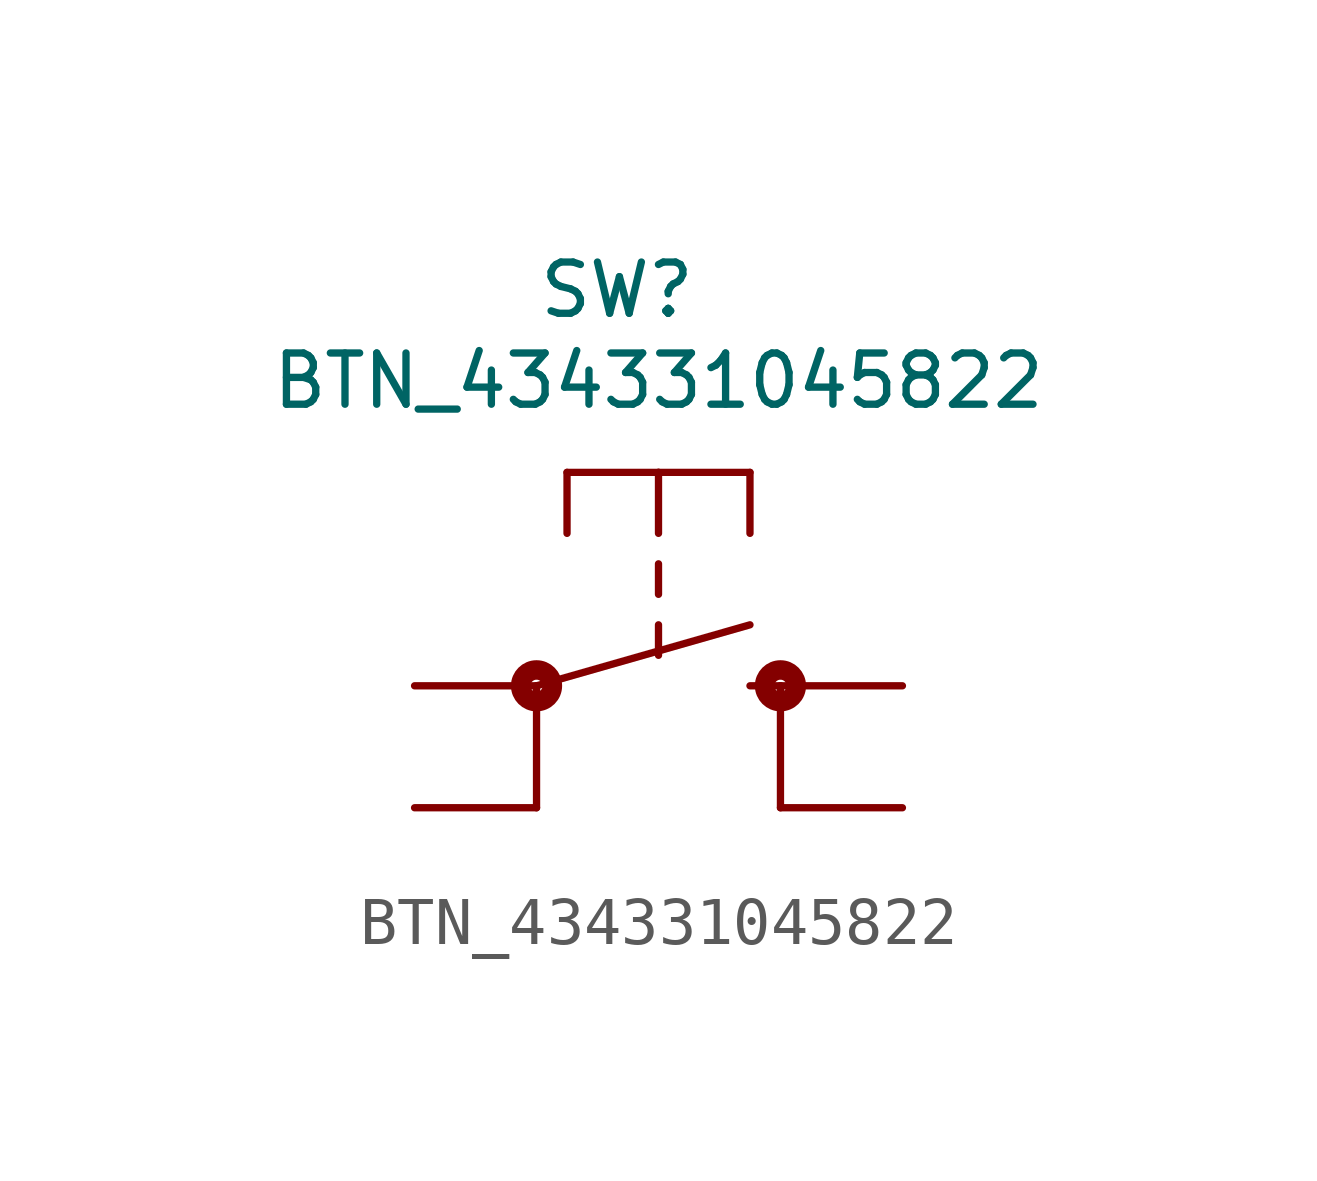
<source format=kicad_sym>
(kicad_symbol_lib
  (version 20220914)
  (generator kicad_symbol_editor)
  (symbol "BTN_434331045822"
    (pin_names
      (offset 1.016))
    (property "Reference" "SW"
      (at -2.54 7.62 0)
      (effects (font (size 1.067 1.067)) (justify left bottom)))
    (property "Value" "BTN_434331045822"
      (at 0 6.35 0)
      (effects (font (size 1.067 1.067))))
    (symbol "BTN_434331045822_1_0"
      (circle (center -2.54 0) (radius 0.127) (stroke (width 0.406) (type default)) (fill (type none)))
      (polyline (pts (xy -2.54 -2.54) (xy -2.54 0)) (stroke (width 0) (type default)) (fill (type none)))
      (polyline (pts (xy -2.54 0) (xy 1.905 1.27)) (stroke (width 0) (type default)) (fill (type none)))
      (polyline (pts (xy -1.905 4.445) (xy -1.905 3.175)) (stroke (width 0) (type default)) (fill (type none)))
      (polyline (pts (xy 0 1.27) (xy 0 0.635)) (stroke (width 0) (type default)) (fill (type none)))
      (polyline (pts (xy 0 2.54) (xy 0 1.905)) (stroke (width 0) (type default)) (fill (type none)))
      (polyline (pts (xy 0 4.445) (xy -1.905 4.445)) (stroke (width 0) (type default)) (fill (type none)))
      (polyline (pts (xy 0 4.445) (xy 0 3.175)) (stroke (width 0) (type default)) (fill (type none)))
      (polyline (pts (xy 1.905 0) (xy 2.54 0)) (stroke (width 0) (type default)) (fill (type none)))
      (polyline (pts (xy 1.905 4.445) (xy 0 4.445)) (stroke (width 0) (type default)) (fill (type none)))
      (polyline (pts (xy 1.905 4.445) (xy 1.905 3.175)) (stroke (width 0) (type default)) (fill (type none)))
      (polyline (pts (xy 2.54 -2.54) (xy 2.54 0)) (stroke (width 0) (type default)) (fill (type none)))
      (circle (center 2.54 0) (radius 0.127) (stroke (width 0.406) (type default)) (fill (type none)))
      (pin passive line (at -5.08 0 0) (length 2.54) (name "P" (effects (font (size 0 0)))) (number "1" (effects (font (size 0 0)))))
      (pin passive line (at 5.08 0 180) (length 2.54) (name "S" (effects (font (size 0 0)))) (number "2" (effects (font (size 0 0)))))
      (pin passive line (at -5.08 -2.54 0) (length 2.54) (name "P1" (effects (font (size 0 0)))) (number "3" (effects (font (size 0 0)))))
      (pin passive line (at 5.08 -2.54 180) (length 2.54) (name "S1" (effects (font (size 0 0)))) (number "4" (effects (font (size 0 0))))))))
</source>
